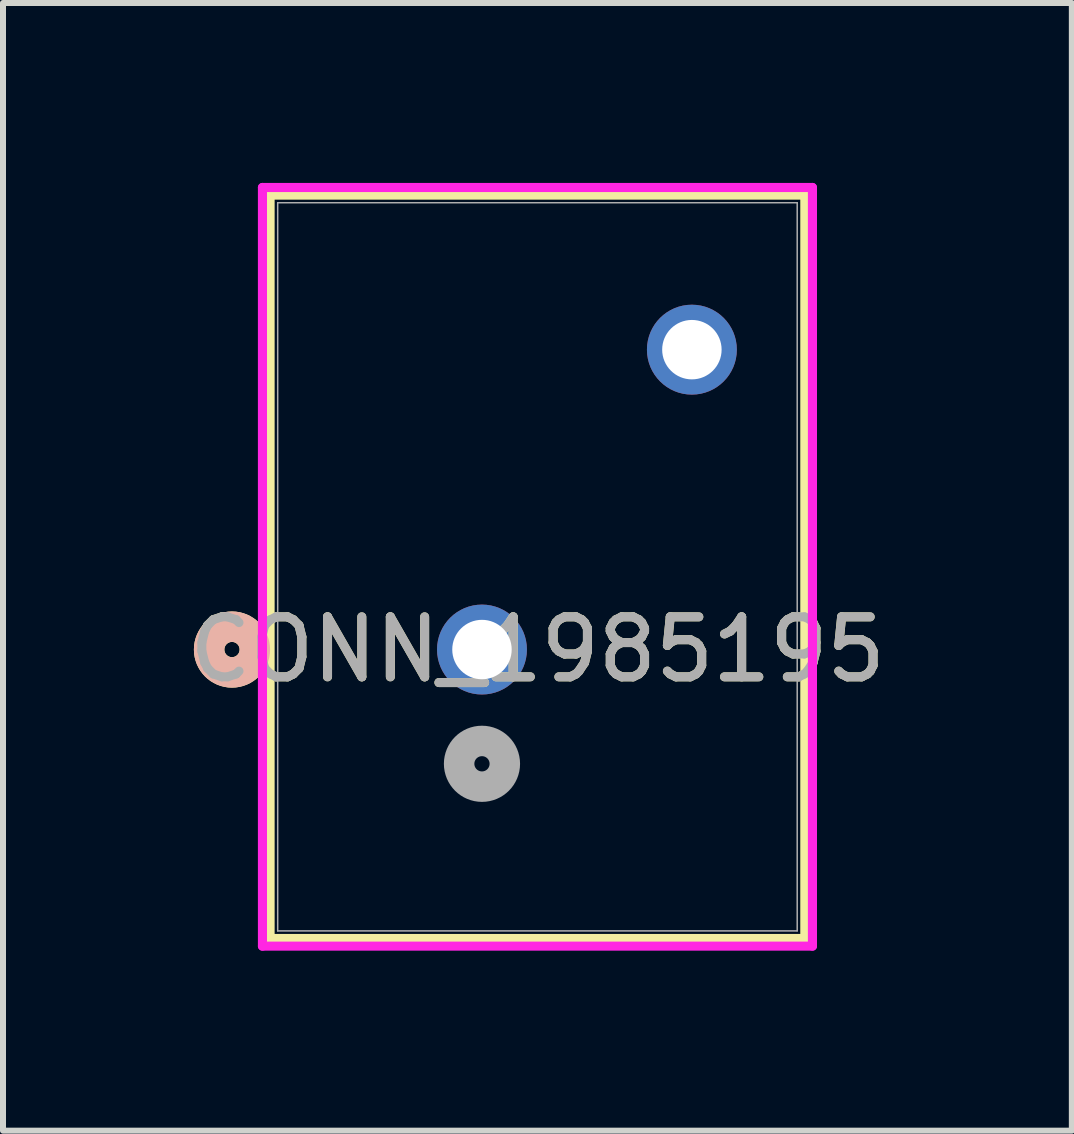
<source format=kicad_pcb>
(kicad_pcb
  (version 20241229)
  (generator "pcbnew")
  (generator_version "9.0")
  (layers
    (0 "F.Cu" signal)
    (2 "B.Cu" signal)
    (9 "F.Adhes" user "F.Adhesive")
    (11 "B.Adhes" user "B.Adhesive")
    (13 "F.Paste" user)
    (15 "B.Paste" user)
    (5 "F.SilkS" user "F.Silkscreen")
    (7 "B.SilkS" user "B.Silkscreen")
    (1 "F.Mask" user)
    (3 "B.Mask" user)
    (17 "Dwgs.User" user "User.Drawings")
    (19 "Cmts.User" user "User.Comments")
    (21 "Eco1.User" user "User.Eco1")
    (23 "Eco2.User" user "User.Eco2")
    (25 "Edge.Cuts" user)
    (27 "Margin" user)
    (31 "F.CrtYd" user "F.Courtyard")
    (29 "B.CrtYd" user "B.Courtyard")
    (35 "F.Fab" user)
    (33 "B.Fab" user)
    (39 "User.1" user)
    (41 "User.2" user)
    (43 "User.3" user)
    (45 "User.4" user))
  (footprint "CONN_1985195"
    (layer "F.Cu")
    (at 6.836 7.78)
    (property "Reference" "CONN_1985195" (at -0.925 0 0) (unlocked yes) (layer "F.SilkS") (effects (font (size 1 1) (thickness 0.15))))
    (attr through_hole)
    (fp_line (start -5.383 -7.577) (end -5.383 4.818) (stroke (width 0.152) (type solid)) (layer "F.SilkS"))
    (fp_line (start -5.383 4.818) (end 3.533 4.818) (stroke (width 0.152) (type solid)) (layer "F.SilkS"))
    (fp_line (start 3.533 -7.577) (end -5.383 -7.577) (stroke (width 0.152) (type solid)) (layer "F.SilkS"))
    (fp_line (start 3.533 4.818) (end 3.533 -7.577) (stroke (width 0.152) (type solid)) (layer "F.SilkS"))
    (fp_circle (center -6.018 0) (end -5.637 0) (stroke (width 0.508) (type solid)) (fill no) (layer "F.SilkS"))
    (fp_circle (center -6.018 0) (end -5.637 0) (stroke (width 0.508) (type solid)) (fill no) (layer "B.SilkS"))
    (fp_line (start -5.51 -7.704) (end -5.51 4.945) (stroke (width 0.152) (type solid)) (layer "F.CrtYd"))
    (fp_line (start -5.51 4.945) (end 3.66 4.945) (stroke (width 0.152) (type solid)) (layer "F.CrtYd"))
    (fp_line (start 3.66 -7.704) (end -5.51 -7.704) (stroke (width 0.152) (type solid)) (layer "F.CrtYd"))
    (fp_line (start 3.66 4.945) (end 3.66 -7.704) (stroke (width 0.152) (type solid)) (layer "F.CrtYd"))
    (fp_line (start -5.256 -7.45) (end -5.256 4.691) (stroke (width 0.025) (type solid)) (layer "F.Fab"))
    (fp_line (start -5.256 4.691) (end 3.406 4.691) (stroke (width 0.025) (type solid)) (layer "F.Fab"))
    (fp_line (start 3.406 -7.45) (end -5.256 -7.45) (stroke (width 0.025) (type solid)) (layer "F.Fab"))
    (fp_line (start 3.406 4.691) (end 3.406 -7.45) (stroke (width 0.025) (type solid)) (layer "F.Fab"))
    (fp_circle (center -1.85 1.905) (end -1.469 1.905) (stroke (width 0.508) (type solid)) (fill no) (layer "F.Fab"))
    (fp_text user "${REFERENCE}" (at -0.925 0 0) (unlocked yes) (layer "F.Fab") (effects (font (size 1 1) (thickness 0.15))))
    (pad "1" thru_hole circle (at -1.85 0) (size 1.499 1.499) (drill 0.991) (layers "*.Cu" "*.Mask"))
    (pad "2" thru_hole circle (at 1.65 -5) (size 1.499 1.499) (drill 0.991) (layers "*.Cu" "*.Mask")))
  (gr_rect
    (start -3 -3)
    (end 14.821 15.802)
    (stroke (width 0.1) (type default))
    (fill no)
    (layer "Edge.Cuts")))
</source>
